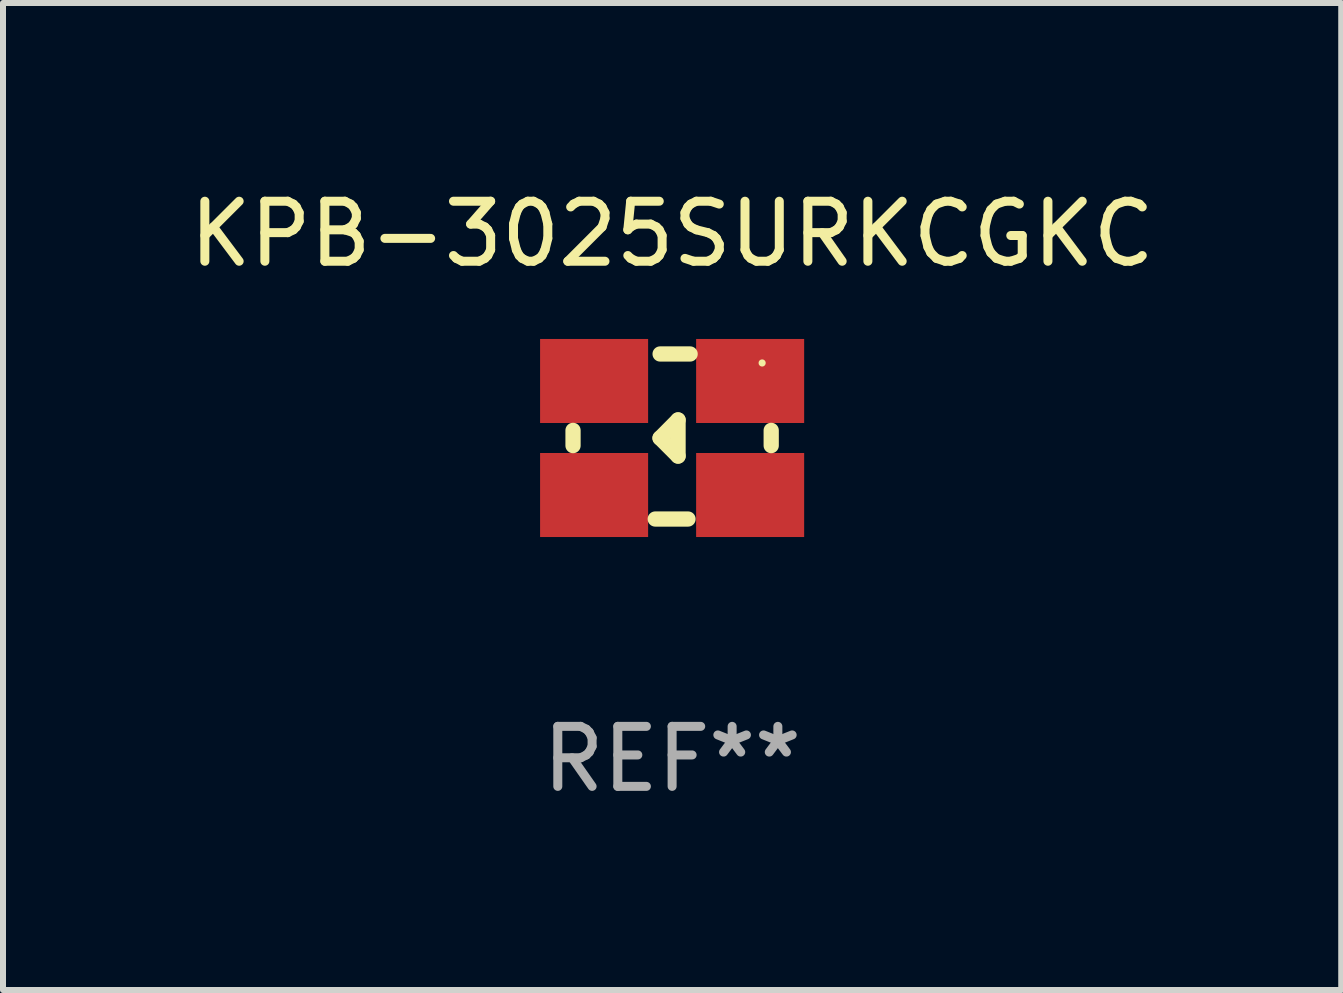
<source format=kicad_pcb>
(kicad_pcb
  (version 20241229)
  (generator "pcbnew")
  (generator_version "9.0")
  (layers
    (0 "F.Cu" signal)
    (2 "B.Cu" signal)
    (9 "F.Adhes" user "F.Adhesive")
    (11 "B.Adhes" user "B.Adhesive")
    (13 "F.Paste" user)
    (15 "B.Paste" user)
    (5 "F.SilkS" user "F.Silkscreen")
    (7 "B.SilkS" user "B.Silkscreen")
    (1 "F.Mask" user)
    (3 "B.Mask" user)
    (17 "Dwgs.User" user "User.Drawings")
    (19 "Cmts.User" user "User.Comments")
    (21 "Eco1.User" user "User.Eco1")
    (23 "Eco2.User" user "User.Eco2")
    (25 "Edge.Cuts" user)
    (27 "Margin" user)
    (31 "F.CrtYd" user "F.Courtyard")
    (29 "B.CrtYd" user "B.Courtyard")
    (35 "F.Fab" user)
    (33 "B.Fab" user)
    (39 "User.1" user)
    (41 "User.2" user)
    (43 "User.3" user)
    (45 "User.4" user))
  (footprint "KPB-3025SURKCGKC"
    (layer "F.Cu")
    (at 8.149 4.223)
    (property "Reference" "KPB-3025SURKCGKC" (at 0 -3.375 0) (layer "F.SilkS") (effects (font (size 1 1) (thickness 0.15))))
    (attr through_hole)
    (fp_line (start -1.651 -0.102) (end -1.651 0.152) (stroke (width 0.254) (type solid)) (layer "F.SilkS"))
    (fp_line (start -0.201 0.026) (end 0.099 -0.276) (stroke (width 0.254) (type solid)) (layer "F.SilkS"))
    (fp_line (start 0.099 -0.276) (end 0.099 0.326) (stroke (width 0.254) (type solid)) (layer "F.SilkS"))
    (fp_line (start 0.099 0.326) (end -0.201 0.026) (stroke (width 0.254) (type solid)) (layer "F.SilkS"))
    (fp_line (start 0.265 1.375) (end -0.281 1.375) (stroke (width 0.254) (type solid)) (layer "F.SilkS"))
    (fp_line (start 0.3 -1.375) (end -0.2 -1.375) (stroke (width 0.254) (type solid)) (layer "F.SilkS"))
    (fp_line (start 1.651 -0.102) (end 1.651 0.152) (stroke (width 0.254) (type solid)) (layer "F.SilkS"))
    (fp_circle (center 1.5 -1.225) (end 1.53 -1.225) (stroke (width 0.06) (type solid)) (fill no) (layer "F.SilkS"))
    (fp_text user "REF**" (at 0 5.375 0) (layer "F.Fab") (effects (font (size 1 1) (thickness 0.15))))
    (pad "1" smd rect (at 1.3 -0.925 90) (size 1.4 1.8) (layers "F.Cu" "F.Mask" "F.Paste"))
    (pad "2" smd rect (at -1.3 -0.925 90) (size 1.4 1.8) (layers "F.Cu" "F.Mask" "F.Paste"))
    (pad "3" smd rect (at 1.3 0.975 90) (size 1.4 1.8) (layers "F.Cu" "F.Mask" "F.Paste"))
    (pad "4" smd rect (at -1.3 0.975 90) (size 1.4 1.8) (layers "F.Cu" "F.Mask" "F.Paste")))
  (gr_rect
    (start -3 -3)
    (end 19.298 13.446)
    (stroke (width 0.1) (type default))
    (fill no)
    (layer "Edge.Cuts")))
</source>
